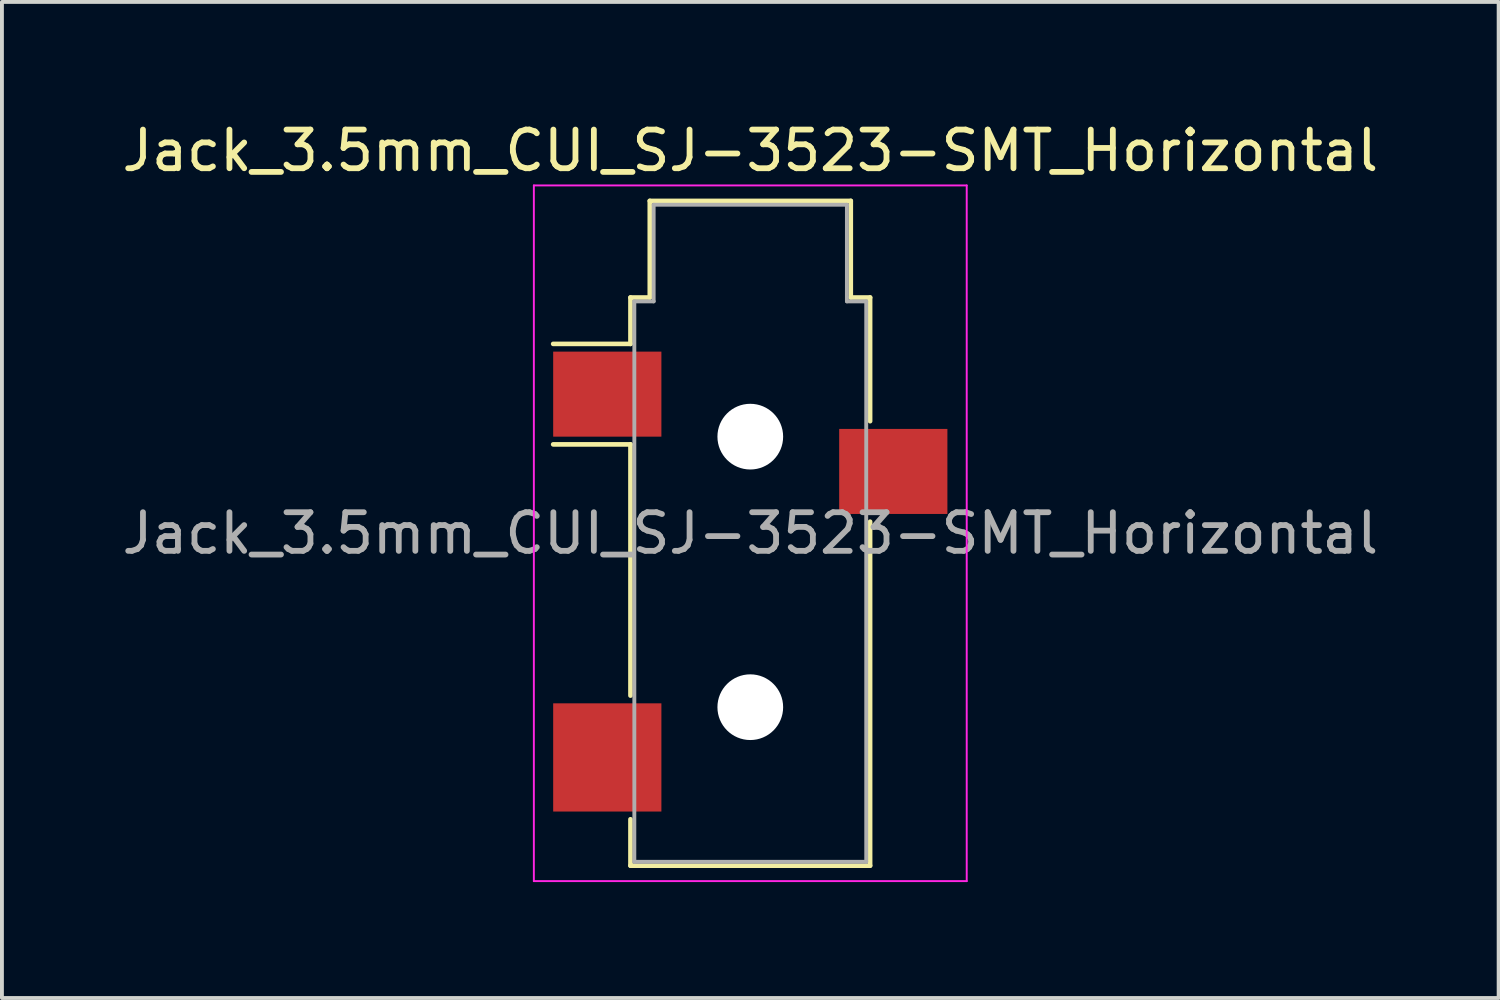
<source format=kicad_pcb>
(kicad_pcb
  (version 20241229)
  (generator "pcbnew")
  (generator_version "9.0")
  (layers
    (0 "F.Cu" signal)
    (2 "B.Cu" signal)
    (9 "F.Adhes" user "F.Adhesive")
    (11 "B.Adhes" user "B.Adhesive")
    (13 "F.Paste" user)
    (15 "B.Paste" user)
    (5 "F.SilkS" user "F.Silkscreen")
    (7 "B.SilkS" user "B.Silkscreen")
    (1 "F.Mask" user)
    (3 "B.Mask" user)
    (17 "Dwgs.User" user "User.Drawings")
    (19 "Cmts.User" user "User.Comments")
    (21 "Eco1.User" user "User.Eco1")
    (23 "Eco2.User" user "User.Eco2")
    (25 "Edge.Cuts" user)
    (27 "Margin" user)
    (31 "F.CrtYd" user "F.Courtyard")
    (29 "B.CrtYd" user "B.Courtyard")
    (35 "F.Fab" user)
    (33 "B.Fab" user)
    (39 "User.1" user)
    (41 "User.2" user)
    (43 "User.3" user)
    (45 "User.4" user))
  (footprint "Jack_3.5mm_CUI_SJ-3523-SMT_Horizontal"
    (layer "F.Cu")
    (at 16.363 10.748)
    (property "Reference" "Jack_3.5mm_CUI_SJ-3523-SMT_Horizontal" (at 0 -9.9 0) (layer "F.SilkS") (effects (font (size 1 1) (thickness 0.15))))
    (attr smd)
    (fp_line (start -3.1 -6.1) (end -2.6 -6.1) (stroke (width 0.12) (type solid)) (layer "F.SilkS"))
    (fp_line (start -3.1 -4.9) (end -5.1 -4.9) (stroke (width 0.12) (type solid)) (layer "F.SilkS"))
    (fp_line (start -3.1 -4.9) (end -3.1 -6.1) (stroke (width 0.12) (type solid)) (layer "F.SilkS"))
    (fp_line (start -3.1 -2.3) (end -5.1 -2.3) (stroke (width 0.12) (type solid)) (layer "F.SilkS"))
    (fp_line (start -3.1 4.2) (end -3.1 -2.3) (stroke (width 0.12) (type solid)) (layer "F.SilkS"))
    (fp_line (start -3.1 8.6) (end -3.1 7.4) (stroke (width 0.12) (type solid)) (layer "F.SilkS"))
    (fp_line (start -2.6 -8.6) (end 2.6 -8.6) (stroke (width 0.12) (type solid)) (layer "F.SilkS"))
    (fp_line (start -2.6 -6.1) (end -2.6 -8.6) (stroke (width 0.12) (type solid)) (layer "F.SilkS"))
    (fp_line (start 2.6 -8.6) (end 2.6 -6.1) (stroke (width 0.12) (type solid)) (layer "F.SilkS"))
    (fp_line (start 2.6 -6.1) (end 3.1 -6.1) (stroke (width 0.12) (type solid)) (layer "F.SilkS"))
    (fp_line (start 3.1 -6.1) (end 3.1 -2.9) (stroke (width 0.12) (type solid)) (layer "F.SilkS"))
    (fp_line (start 3.1 -0.3) (end 3.1 8.6) (stroke (width 0.12) (type solid)) (layer "F.SilkS"))
    (fp_line (start 3.1 8.6) (end -3.1 8.6) (stroke (width 0.12) (type solid)) (layer "F.SilkS"))
    (fp_line (start -5.6 -9) (end 5.6 -9) (stroke (width 0.05) (type solid)) (layer "F.CrtYd"))
    (fp_line (start -5.6 9) (end -5.6 -9) (stroke (width 0.05) (type solid)) (layer "F.CrtYd"))
    (fp_line (start 5.6 -9) (end 5.6 9) (stroke (width 0.05) (type solid)) (layer "F.CrtYd"))
    (fp_line (start 5.6 9) (end -5.6 9) (stroke (width 0.05) (type solid)) (layer "F.CrtYd"))
    (fp_line (start -3 -6) (end -2.5 -6) (stroke (width 0.1) (type solid)) (layer "F.Fab"))
    (fp_line (start -3 8.5) (end -3 -6) (stroke (width 0.1) (type solid)) (layer "F.Fab"))
    (fp_line (start -2.5 -8.5) (end 2.5 -8.5) (stroke (width 0.1) (type solid)) (layer "F.Fab"))
    (fp_line (start -2.5 -6) (end -2.5 -8.5) (stroke (width 0.1) (type solid)) (layer "F.Fab"))
    (fp_line (start 2.5 -8.5) (end 2.5 -6) (stroke (width 0.1) (type solid)) (layer "F.Fab"))
    (fp_line (start 2.5 -6) (end 3 -6) (stroke (width 0.1) (type solid)) (layer "F.Fab"))
    (fp_line (start 3 -6) (end 3 8.5) (stroke (width 0.1) (type solid)) (layer "F.Fab"))
    (fp_line (start 3 8.5) (end -3 8.5) (stroke (width 0.1) (type solid)) (layer "F.Fab"))
    (fp_text user "${REFERENCE}" (at 0 0 0) (layer "F.Fab") (effects (font (size 1 1) (thickness 0.15))))
    (pad "" np_thru_hole circle (at 0 -2.5) (size 1.7 1.7) (drill 1.7) (layers "*.Cu" "*.Mask"))
    (pad "" np_thru_hole circle (at 0 4.5) (size 1.7 1.7) (drill 1.7) (layers "*.Cu" "*.Mask"))
    (pad "R" smd rect (at 3.7 -1.6) (size 2.8 2.2) (layers "F.Cu" "F.Mask" "F.Paste"))
    (pad "S" smd rect (at -3.7 -3.6) (size 2.8 2.2) (layers "F.Cu" "F.Mask" "F.Paste"))
    (pad "T" smd rect (at -3.7 5.8) (size 2.8 2.8) (layers "F.Cu" "F.Mask" "F.Paste")))
  (gr_rect
    (start -3 -3)
    (end 35.726 22.773)
    (stroke (width 0.1) (type default))
    (fill no)
    (layer "Edge.Cuts")))
</source>
